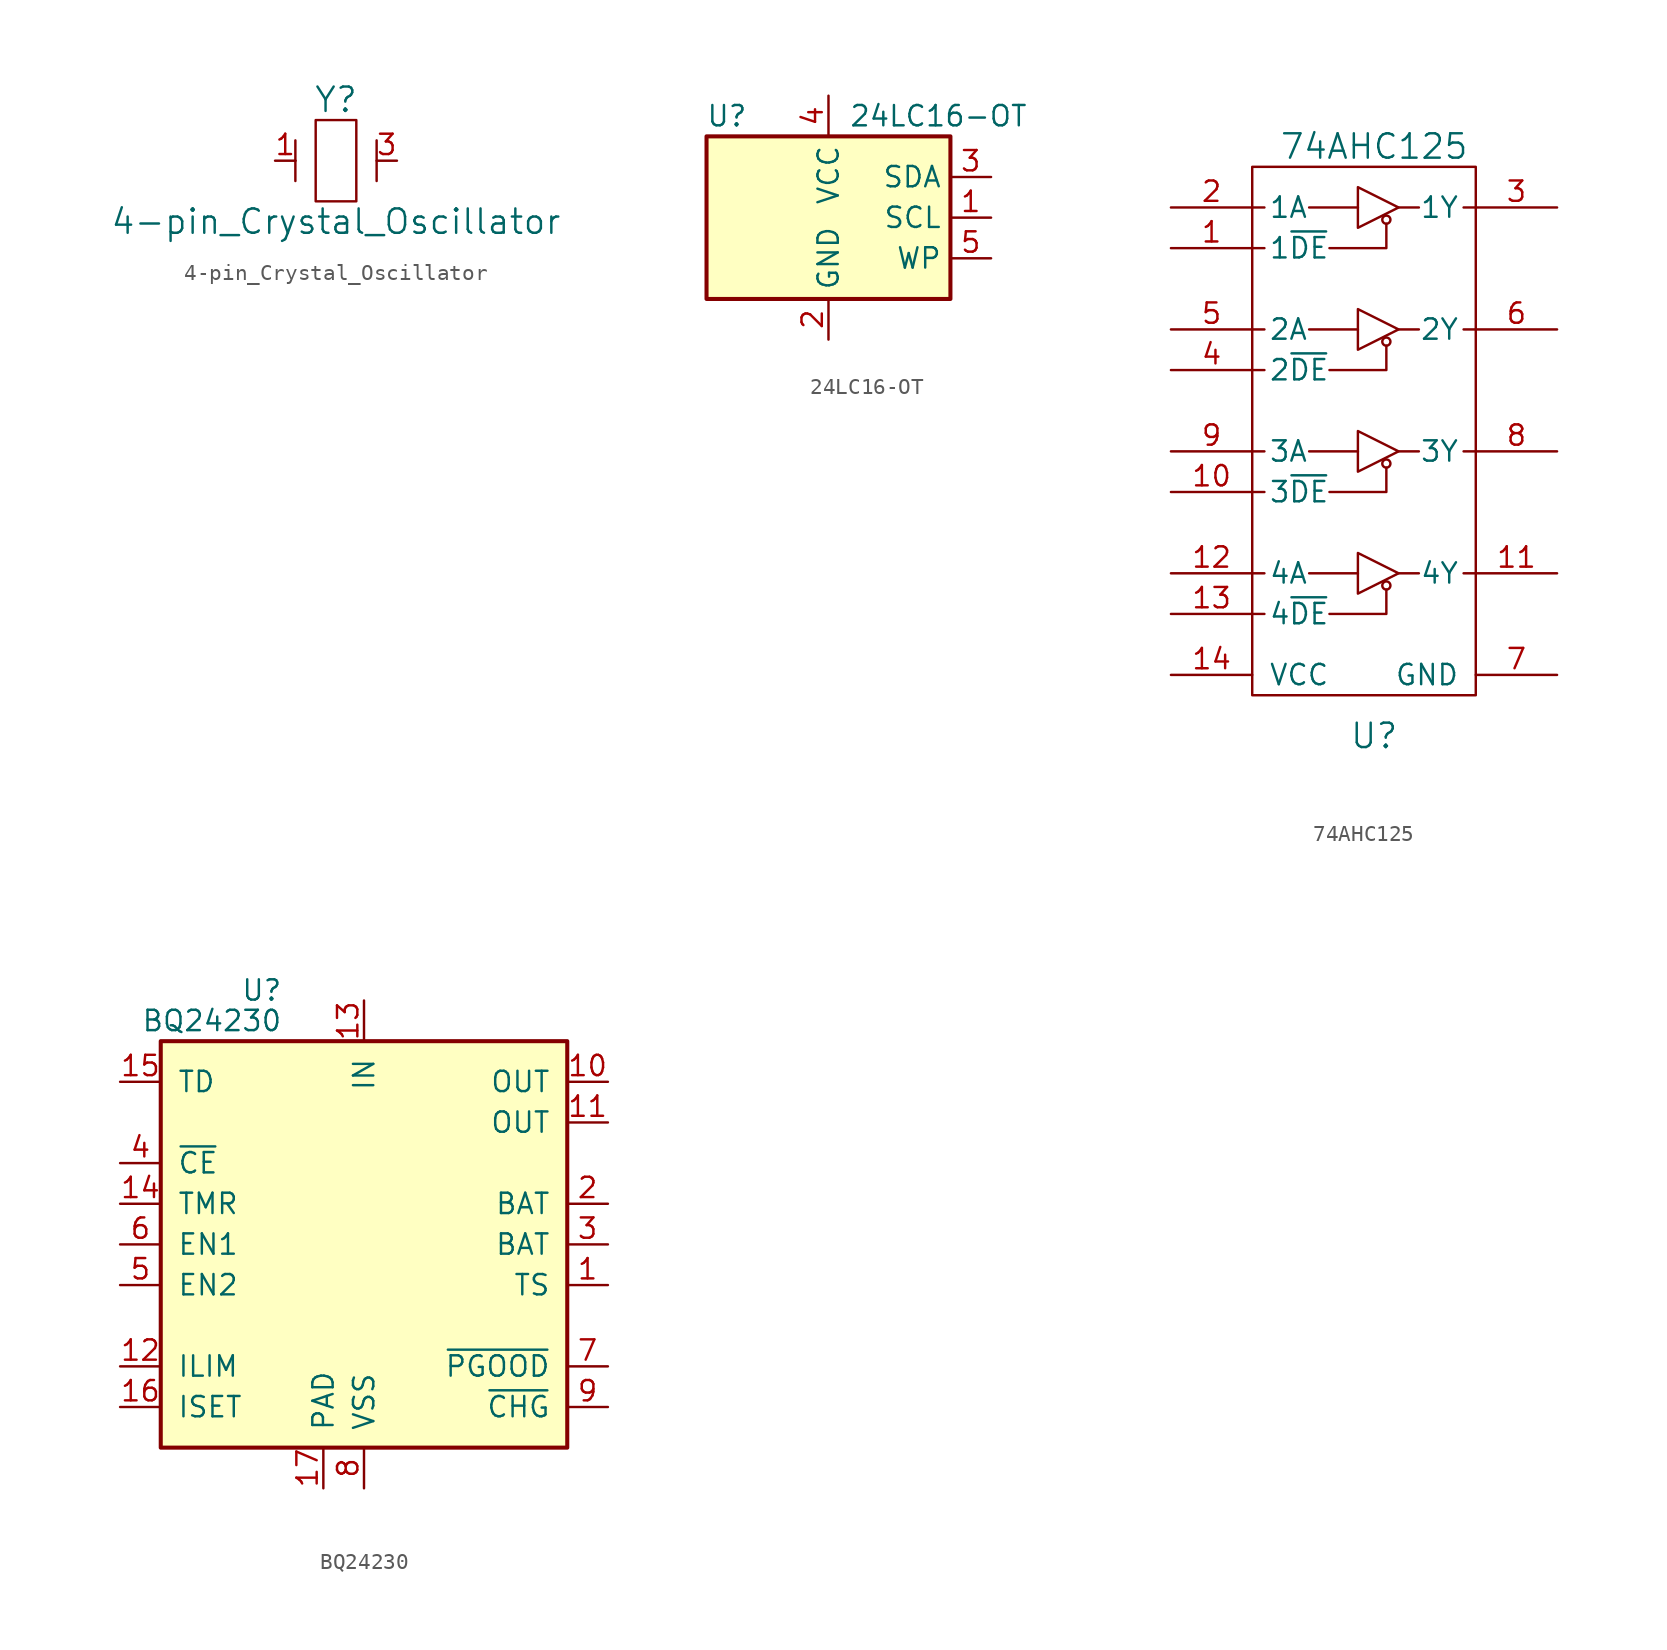
<source format=kicad_sym>
(kicad_symbol_lib
  (version 20231120)
  (generator "kicad_symbol_editor")
  (generator_version "8.0")
  (symbol "4-pin_Crystal_Oscillator"
    (pin_names
      (offset 1.016))
    (property "Reference" "Y"
      (at 0 3.81 0)
      (effects (font (size 1.524 1.524))))
    (property "Value" "4-pin_Crystal_Oscillator"
      (at 0 -3.81 0)
      (effects (font (size 1.524 1.524))))
    (symbol "4-pin_Crystal_Oscillator_0_1"
      (rectangle (start -1.27 2.54) (end 1.27 -2.54) (stroke (width 0) (type solid)) (fill (type none)))
      (polyline (pts (xy -2.54 -1.27) (xy -2.54 0)) (stroke (width 0) (type solid)) (fill (type none)))
      (polyline (pts (xy -2.54 1.27) (xy -2.54 0)) (stroke (width 0) (type solid)) (fill (type none)))
      (polyline (pts (xy 2.54 -1.27) (xy 2.54 1.27)) (stroke (width 0) (type solid)) (fill (type none))))
    (symbol "4-pin_Crystal_Oscillator_1_1"
      (pin passive line (at -3.81 0 0) (length 1.27) (name "~" (effects (font (size 1.27 1.27)))) (number "1" (effects (font (size 1.27 1.27)))))
      (pin no_connect line (at -2.54 -2.54 0) (length 1.27) hide (name "~" (effects (font (size 1.27 1.27)))) (number "2" (effects (font (size 1.27 1.27)))))
      (pin passive line (at 3.81 0 180) (length 1.27) (name "~" (effects (font (size 1.27 1.27)))) (number "3" (effects (font (size 1.27 1.27)))))
      (pin no_connect line (at 2.54 -2.54 180) (length 1.27) hide (name "~" (effects (font (size 1.27 1.27)))) (number "4" (effects (font (size 1.27 1.27)))))))
  (symbol "24LC16-OT"
    (property "Reference" "U"
      (at -6.35 6.35 0)
      (effects (font (size 1.27 1.27))))
    (property "Value" "24LC16-OT"
      (at 1.27 6.35 0)
      (effects (font (size 1.27 1.27)) (justify left)))
    (symbol "24LC16-OT_1_1"
      (rectangle (start -7.62 5.08) (end 7.62 -5.08) (stroke (width 0.254) (type solid)) (fill (type background)))
      (pin input line (at 10.16 0 180) (length 2.54) (name "SCL" (effects (font (size 1.27 1.27)))) (number "1" (effects (font (size 1.27 1.27)))))
      (pin power_in line (at 0 -7.62 90) (length 2.54) (name "GND" (effects (font (size 1.27 1.27)))) (number "2" (effects (font (size 1.27 1.27)))))
      (pin bidirectional line (at 10.16 2.54 180) (length 2.54) (name "SDA" (effects (font (size 1.27 1.27)))) (number "3" (effects (font (size 1.27 1.27)))))
      (pin power_in line (at 0 7.62 270) (length 2.54) (name "VCC" (effects (font (size 1.27 1.27)))) (number "4" (effects (font (size 1.27 1.27)))))
      (pin input line (at 10.16 -2.54 180) (length 2.54) (name "WP" (effects (font (size 1.27 1.27)))) (number "5" (effects (font (size 1.27 1.27)))))))
  (symbol "74AHC125"
    (pin_names
      (offset 1.016))
    (property "Reference" "U"
      (at 0 -20.32 0)
      (effects (font (size 1.524 1.524))))
    (property "Value" "74AHC125"
      (at 0 16.51 0)
      (effects (font (size 1.524 1.524))))
    (symbol "74AHC125_0_1"
      (rectangle (start -7.62 15.24) (end 6.35 -17.78) (stroke (width 0) (type solid)) (fill (type none)))
      (polyline (pts (xy -7.62 -12.7) (xy -6.858 -12.7)) (stroke (width 0) (type solid)) (fill (type none)))
      (polyline (pts (xy -7.62 -10.16) (xy -6.858 -10.16)) (stroke (width 0) (type solid)) (fill (type none)))
      (polyline (pts (xy -7.62 -5.08) (xy -6.858 -5.08)) (stroke (width 0) (type solid)) (fill (type none)))
      (polyline (pts (xy -7.62 -2.54) (xy -6.858 -2.54)) (stroke (width 0) (type solid)) (fill (type none)))
      (polyline (pts (xy -7.62 2.54) (xy -6.858 2.54)) (stroke (width 0) (type solid)) (fill (type none)))
      (polyline (pts (xy -7.62 5.08) (xy -6.858 5.08)) (stroke (width 0) (type solid)) (fill (type none)))
      (polyline (pts (xy -7.62 10.16) (xy -6.858 10.16)) (stroke (width 0) (type solid)) (fill (type none)))
      (polyline (pts (xy -7.62 12.7) (xy -6.858 12.7)) (stroke (width 0) (type solid)) (fill (type none)))
      (polyline (pts (xy -4.064 -10.16) (xy -1.016 -10.16)) (stroke (width 0) (type solid)) (fill (type none)))
      (polyline (pts (xy -4.064 -2.54) (xy -1.016 -2.54)) (stroke (width 0) (type solid)) (fill (type none)))
      (polyline (pts (xy -4.064 5.08) (xy -1.016 5.08)) (stroke (width 0) (type solid)) (fill (type none)))
      (polyline (pts (xy -4.064 12.7) (xy -1.016 12.7)) (stroke (width 0) (type solid)) (fill (type none)))
      (polyline (pts (xy 1.524 -2.54) (xy 2.794 -2.54)) (stroke (width 0) (type solid)) (fill (type none)))
      (polyline (pts (xy 1.524 5.08) (xy 2.794 5.08)) (stroke (width 0) (type solid)) (fill (type none)))
      (polyline (pts (xy 1.524 12.7) (xy 2.794 12.7)) (stroke (width 0) (type solid)) (fill (type none)))
      (polyline (pts (xy 2.794 -10.16) (xy 1.524 -10.16)) (stroke (width 0) (type solid)) (fill (type none)))
      (polyline (pts (xy 5.588 -10.16) (xy 6.35 -10.16)) (stroke (width 0) (type solid)) (fill (type none)))
      (polyline (pts (xy 5.588 -2.54) (xy 6.35 -2.54)) (stroke (width 0) (type solid)) (fill (type none)))
      (polyline (pts (xy 5.588 5.08) (xy 6.35 5.08)) (stroke (width 0) (type solid)) (fill (type none)))
      (polyline (pts (xy 5.588 12.7) (xy 6.35 12.7)) (stroke (width 0) (type solid)) (fill (type none)))
      (polyline (pts (xy -2.794 -12.7) (xy 0.762 -12.7) (xy 0.762 -11.176)) (stroke (width 0) (type solid)) (fill (type none)))
      (polyline (pts (xy -2.794 -5.08) (xy 0.762 -5.08) (xy 0.762 -3.556)) (stroke (width 0) (type solid)) (fill (type none)))
      (polyline (pts (xy -2.794 2.54) (xy 0.762 2.54) (xy 0.762 4.064)) (stroke (width 0) (type solid)) (fill (type none)))
      (polyline (pts (xy -2.794 10.16) (xy 0.762 10.16) (xy 0.762 11.684)) (stroke (width 0) (type solid)) (fill (type none)))
      (polyline (pts (xy -1.016 -8.89) (xy -1.016 -11.43) (xy 1.524 -10.16) (xy -1.016 -8.89)) (stroke (width 0) (type solid)) (fill (type none)))
      (polyline (pts (xy -1.016 -1.27) (xy -1.016 -3.81) (xy 1.524 -2.54) (xy -1.016 -1.27)) (stroke (width 0) (type solid)) (fill (type none)))
      (polyline (pts (xy -1.016 6.35) (xy -1.016 3.81) (xy 1.524 5.08) (xy -1.016 6.35)) (stroke (width 0) (type solid)) (fill (type none)))
      (polyline (pts (xy -1.016 13.97) (xy -1.016 11.43) (xy 1.524 12.7) (xy -1.016 13.97)) (stroke (width 0) (type solid)) (fill (type none)))
      (circle (center 0.762 -10.922) (radius 0.254) (stroke (width 0) (type solid)) (fill (type none)))
      (circle (center 0.762 -3.302) (radius 0.254) (stroke (width 0) (type solid)) (fill (type none)))
      (circle (center 0.762 4.318) (radius 0.254) (stroke (width 0) (type solid)) (fill (type none)))
      (circle (center 0.762 11.938) (radius 0.254) (stroke (width 0) (type solid)) (fill (type none))))
    (symbol "74AHC125_1_1"
      (pin input line (at -12.7 10.16 0) (length 5.08) (name "1~{DE}" (effects (font (size 1.27 1.27)))) (number "1" (effects (font (size 1.27 1.27)))))
      (pin input line (at -12.7 -5.08 0) (length 5.08) (name "3~{DE}" (effects (font (size 1.27 1.27)))) (number "10" (effects (font (size 1.27 1.27)))))
      (pin output line (at 11.43 -10.16 180) (length 5.08) (name "4Y" (effects (font (size 1.27 1.27)))) (number "11" (effects (font (size 1.27 1.27)))))
      (pin input line (at -12.7 -10.16 0) (length 5.08) (name "4A" (effects (font (size 1.27 1.27)))) (number "12" (effects (font (size 1.27 1.27)))))
      (pin input line (at -12.7 -12.7 0) (length 5.08) (name "4~{DE}" (effects (font (size 1.27 1.27)))) (number "13" (effects (font (size 1.27 1.27)))))
      (pin power_in line (at -12.7 -16.51 0) (length 5.08) (name "VCC" (effects (font (size 1.27 1.27)))) (number "14" (effects (font (size 1.27 1.27)))))
      (pin input line (at -12.7 12.7 0) (length 5.08) (name "1A" (effects (font (size 1.27 1.27)))) (number "2" (effects (font (size 1.27 1.27)))))
      (pin output line (at 11.43 12.7 180) (length 5.08) (name "1Y" (effects (font (size 1.27 1.27)))) (number "3" (effects (font (size 1.27 1.27)))))
      (pin input line (at -12.7 2.54 0) (length 5.08) (name "2~{DE}" (effects (font (size 1.27 1.27)))) (number "4" (effects (font (size 1.27 1.27)))))
      (pin input line (at -12.7 5.08 0) (length 5.08) (name "2A" (effects (font (size 1.27 1.27)))) (number "5" (effects (font (size 1.27 1.27)))))
      (pin output line (at 11.43 5.08 180) (length 5.08) (name "2Y" (effects (font (size 1.27 1.27)))) (number "6" (effects (font (size 1.27 1.27)))))
      (pin power_in line (at 11.43 -16.51 180) (length 5.08) (name "GND" (effects (font (size 1.27 1.27)))) (number "7" (effects (font (size 1.27 1.27)))))
      (pin output line (at 11.43 -2.54 180) (length 5.08) (name "3Y" (effects (font (size 1.27 1.27)))) (number "8" (effects (font (size 1.27 1.27)))))
      (pin input line (at -12.7 -2.54 0) (length 5.08) (name "3A" (effects (font (size 1.27 1.27)))) (number "9" (effects (font (size 1.27 1.27)))))))
  (symbol "BQ24230"
    (pin_names
      (offset 1.016))
    (property "Reference" "U"
      (at -5.08 15.875 0)
      (effects (font (size 1.27 1.27)) (justify right)))
    (property "Value" "BQ24230"
      (at -5.08 13.97 0)
      (effects (font (size 1.27 1.27)) (justify right)))
    (symbol "BQ24230_0_1"
      (rectangle (start -12.7 12.7) (end 12.7 -12.7) (stroke (width 0.254) (type solid)) (fill (type background))))
    (symbol "BQ24230_1_1"
      (pin passive line (at 15.24 -2.54 180) (length 2.54) (name "TS" (effects (font (size 1.27 1.27)))) (number "1" (effects (font (size 1.27 1.27)))))
      (pin power_out line (at 15.24 10.16 180) (length 2.54) (name "OUT" (effects (font (size 1.27 1.27)))) (number "10" (effects (font (size 1.27 1.27)))))
      (pin power_out line (at 15.24 7.62 180) (length 2.54) (name "OUT" (effects (font (size 1.27 1.27)))) (number "11" (effects (font (size 1.27 1.27)))))
      (pin passive line (at -15.24 -7.62 0) (length 2.54) (name "ILIM" (effects (font (size 1.27 1.27)))) (number "12" (effects (font (size 1.27 1.27)))))
      (pin power_in line (at 0 15.24 270) (length 2.54) (name "IN" (effects (font (size 1.27 1.27)))) (number "13" (effects (font (size 1.27 1.27)))))
      (pin input line (at -15.24 2.54 0) (length 2.54) (name "TMR" (effects (font (size 1.27 1.27)))) (number "14" (effects (font (size 1.27 1.27)))))
      (pin input line (at -15.24 10.16 0) (length 2.54) (name "TD" (effects (font (size 1.27 1.27)))) (number "15" (effects (font (size 1.27 1.27)))))
      (pin passive line (at -15.24 -10.16 0) (length 2.54) (name "ISET" (effects (font (size 1.27 1.27)))) (number "16" (effects (font (size 1.27 1.27)))))
      (pin power_in line (at -2.54 -15.24 90) (length 2.54) (name "PAD" (effects (font (size 1.27 1.27)))) (number "17" (effects (font (size 1.27 1.27)))))
      (pin power_out line (at 15.24 2.54 180) (length 2.54) (name "BAT" (effects (font (size 1.27 1.27)))) (number "2" (effects (font (size 1.27 1.27)))))
      (pin power_out line (at 15.24 0 180) (length 2.54) (name "BAT" (effects (font (size 1.27 1.27)))) (number "3" (effects (font (size 1.27 1.27)))))
      (pin input line (at -15.24 5.08 0) (length 2.54) (name "~{CE}" (effects (font (size 1.27 1.27)))) (number "4" (effects (font (size 1.27 1.27)))))
      (pin input line (at -15.24 -2.54 0) (length 2.54) (name "EN2" (effects (font (size 1.27 1.27)))) (number "5" (effects (font (size 1.27 1.27)))))
      (pin input line (at -15.24 0 0) (length 2.54) (name "EN1" (effects (font (size 1.27 1.27)))) (number "6" (effects (font (size 1.27 1.27)))))
      (pin open_collector line (at 15.24 -7.62 180) (length 2.54) (name "~{PGOOD}" (effects (font (size 1.27 1.27)))) (number "7" (effects (font (size 1.27 1.27)))))
      (pin power_in line (at 0 -15.24 90) (length 2.54) (name "VSS" (effects (font (size 1.27 1.27)))) (number "8" (effects (font (size 1.27 1.27)))))
      (pin open_collector line (at 15.24 -10.16 180) (length 2.54) (name "~{CHG}" (effects (font (size 1.27 1.27)))) (number "9" (effects (font (size 1.27 1.27))))))))
</source>
